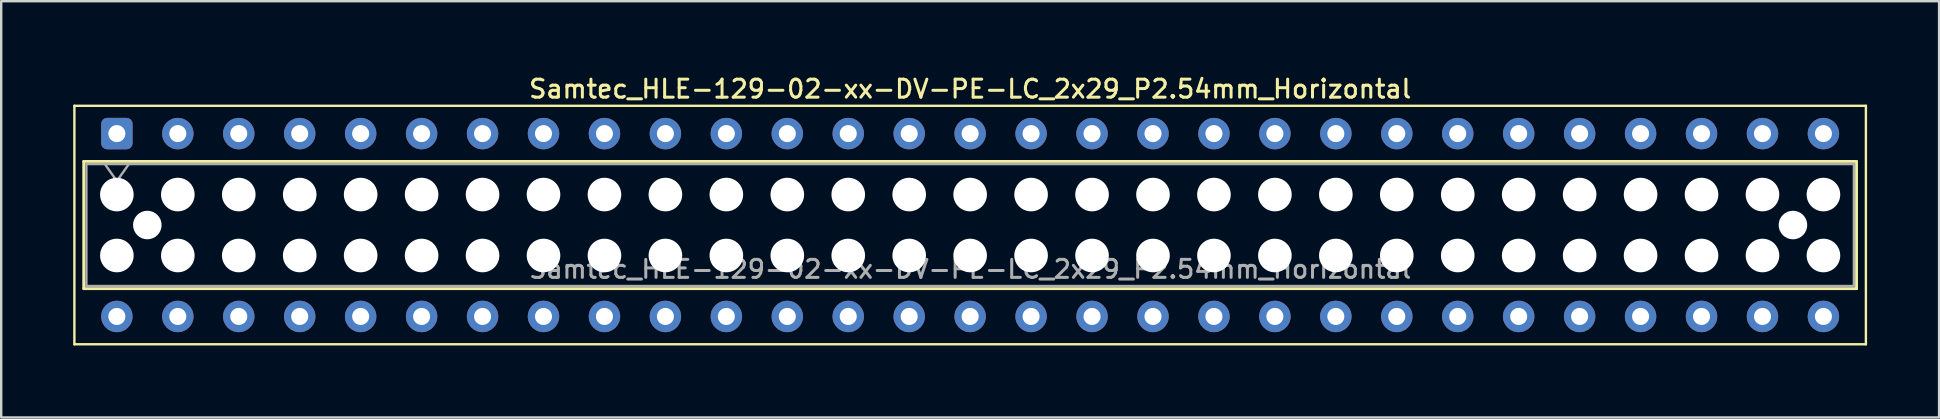
<source format=kicad_pcb>
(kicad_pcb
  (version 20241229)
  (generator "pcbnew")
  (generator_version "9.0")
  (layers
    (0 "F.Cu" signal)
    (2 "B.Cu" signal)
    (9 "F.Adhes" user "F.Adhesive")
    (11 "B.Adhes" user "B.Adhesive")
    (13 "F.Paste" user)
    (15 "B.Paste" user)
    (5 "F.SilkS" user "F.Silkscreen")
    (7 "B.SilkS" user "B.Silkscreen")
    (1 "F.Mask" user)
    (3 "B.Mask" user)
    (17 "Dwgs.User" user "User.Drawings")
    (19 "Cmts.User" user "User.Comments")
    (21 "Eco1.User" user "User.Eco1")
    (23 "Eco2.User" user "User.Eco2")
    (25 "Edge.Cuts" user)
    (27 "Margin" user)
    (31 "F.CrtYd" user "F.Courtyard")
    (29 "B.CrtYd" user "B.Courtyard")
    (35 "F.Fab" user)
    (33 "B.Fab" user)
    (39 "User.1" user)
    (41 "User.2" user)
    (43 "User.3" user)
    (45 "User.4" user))
  (footprint "Samtec_HLE-129-02-xx-DV-PE-LC_2x29_P2.54mm_Horizontal"
    (layer "F.Cu")
    (at 1.82 2.518)
    (property "Reference" "Samtec_HLE-129-02-xx-DV-PE-LC_2x29_P2.54mm_Horizontal" (at 35.56 -1.86 0) (layer "F.SilkS") (effects (font (size 0.75 0.75) (thickness 0.125))))
    (attr through_hole)
    (fp_line (start -1.77 -1.16) (end 72.89 -1.16) (stroke (width 0.1) (type solid)) (layer "F.SilkS"))
    (fp_line (start -1.77 8.78) (end -1.77 -1.16) (stroke (width 0.1) (type solid)) (layer "F.SilkS"))
    (fp_line (start -1.38 1.16) (end 72.5 1.16) (stroke (width 0.12) (type solid)) (layer "F.SilkS"))
    (fp_line (start -1.38 6.46) (end -1.38 1.16) (stroke (width 0.12) (type solid)) (layer "F.SilkS"))
    (fp_line (start 72.5 1.16) (end 72.5 6.46) (stroke (width 0.12) (type solid)) (layer "F.SilkS"))
    (fp_line (start 72.5 6.46) (end -1.38 6.46) (stroke (width 0.12) (type solid)) (layer "F.SilkS"))
    (fp_line (start 72.89 -1.16) (end 72.89 8.78) (stroke (width 0.1) (type solid)) (layer "F.SilkS"))
    (fp_line (start 72.89 8.78) (end -1.77 8.78) (stroke (width 0.1) (type solid)) (layer "F.SilkS"))
    (fp_line (start -1.27 1.27) (end 72.39 1.27) (stroke (width 0.1) (type solid)) (layer "F.Fab"))
    (fp_line (start -1.27 6.35) (end -1.27 1.27) (stroke (width 0.1) (type solid)) (layer "F.Fab"))
    (fp_line (start -0.5 1.27) (end 0 1.977) (stroke (width 0.1) (type solid)) (layer "F.Fab"))
    (fp_line (start 0 1.977) (end 0.5 1.27) (stroke (width 0.1) (type solid)) (layer "F.Fab"))
    (fp_line (start 72.39 1.27) (end 72.39 6.35) (stroke (width 0.1) (type solid)) (layer "F.Fab"))
    (fp_line (start 72.39 6.35) (end -1.27 6.35) (stroke (width 0.1) (type solid)) (layer "F.Fab"))
    (fp_text user "${REFERENCE}" (at 35.56 5.65 0) (layer "F.Fab") (effects (font (size 0.75 0.75) (thickness 0.125))))
    (pad "" np_thru_hole circle (at 0 2.54) (size 1.4 1.4) (drill 1.4) (layers "*.Cu" "*.Mask"))
    (pad "" np_thru_hole circle (at 0 5.08) (size 1.4 1.4) (drill 1.4) (layers "*.Cu" "*.Mask"))
    (pad "" np_thru_hole circle (at 1.27 3.81) (size 1.19 1.19) (drill 1.19) (layers "*.Cu" "*.Mask"))
    (pad "" np_thru_hole circle (at 2.54 2.54) (size 1.4 1.4) (drill 1.4) (layers "*.Cu" "*.Mask"))
    (pad "" np_thru_hole circle (at 2.54 5.08) (size 1.4 1.4) (drill 1.4) (layers "*.Cu" "*.Mask"))
    (pad "" np_thru_hole circle (at 5.08 2.54) (size 1.4 1.4) (drill 1.4) (layers "*.Cu" "*.Mask"))
    (pad "" np_thru_hole circle (at 5.08 5.08) (size 1.4 1.4) (drill 1.4) (layers "*.Cu" "*.Mask"))
    (pad "" np_thru_hole circle (at 7.62 2.54) (size 1.4 1.4) (drill 1.4) (layers "*.Cu" "*.Mask"))
    (pad "" np_thru_hole circle (at 7.62 5.08) (size 1.4 1.4) (drill 1.4) (layers "*.Cu" "*.Mask"))
    (pad "" np_thru_hole circle (at 10.16 2.54) (size 1.4 1.4) (drill 1.4) (layers "*.Cu" "*.Mask"))
    (pad "" np_thru_hole circle (at 10.16 5.08) (size 1.4 1.4) (drill 1.4) (layers "*.Cu" "*.Mask"))
    (pad "" np_thru_hole circle (at 12.7 2.54) (size 1.4 1.4) (drill 1.4) (layers "*.Cu" "*.Mask"))
    (pad "" np_thru_hole circle (at 12.7 5.08) (size 1.4 1.4) (drill 1.4) (layers "*.Cu" "*.Mask"))
    (pad "" np_thru_hole circle (at 15.24 2.54) (size 1.4 1.4) (drill 1.4) (layers "*.Cu" "*.Mask"))
    (pad "" np_thru_hole circle (at 15.24 5.08) (size 1.4 1.4) (drill 1.4) (layers "*.Cu" "*.Mask"))
    (pad "" np_thru_hole circle (at 17.78 2.54) (size 1.4 1.4) (drill 1.4) (layers "*.Cu" "*.Mask"))
    (pad "" np_thru_hole circle (at 17.78 5.08) (size 1.4 1.4) (drill 1.4) (layers "*.Cu" "*.Mask"))
    (pad "" np_thru_hole circle (at 20.32 2.54) (size 1.4 1.4) (drill 1.4) (layers "*.Cu" "*.Mask"))
    (pad "" np_thru_hole circle (at 20.32 5.08) (size 1.4 1.4) (drill 1.4) (layers "*.Cu" "*.Mask"))
    (pad "" np_thru_hole circle (at 22.86 2.54) (size 1.4 1.4) (drill 1.4) (layers "*.Cu" "*.Mask"))
    (pad "" np_thru_hole circle (at 22.86 5.08) (size 1.4 1.4) (drill 1.4) (layers "*.Cu" "*.Mask"))
    (pad "" np_thru_hole circle (at 25.4 2.54) (size 1.4 1.4) (drill 1.4) (layers "*.Cu" "*.Mask"))
    (pad "" np_thru_hole circle (at 25.4 5.08) (size 1.4 1.4) (drill 1.4) (layers "*.Cu" "*.Mask"))
    (pad "" np_thru_hole circle (at 27.94 2.54) (size 1.4 1.4) (drill 1.4) (layers "*.Cu" "*.Mask"))
    (pad "" np_thru_hole circle (at 27.94 5.08) (size 1.4 1.4) (drill 1.4) (layers "*.Cu" "*.Mask"))
    (pad "" np_thru_hole circle (at 30.48 2.54) (size 1.4 1.4) (drill 1.4) (layers "*.Cu" "*.Mask"))
    (pad "" np_thru_hole circle (at 30.48 5.08) (size 1.4 1.4) (drill 1.4) (layers "*.Cu" "*.Mask"))
    (pad "" np_thru_hole circle (at 33.02 2.54) (size 1.4 1.4) (drill 1.4) (layers "*.Cu" "*.Mask"))
    (pad "" np_thru_hole circle (at 33.02 5.08) (size 1.4 1.4) (drill 1.4) (layers "*.Cu" "*.Mask"))
    (pad "" np_thru_hole circle (at 35.56 2.54) (size 1.4 1.4) (drill 1.4) (layers "*.Cu" "*.Mask"))
    (pad "" np_thru_hole circle (at 35.56 5.08) (size 1.4 1.4) (drill 1.4) (layers "*.Cu" "*.Mask"))
    (pad "" np_thru_hole circle (at 38.1 2.54) (size 1.4 1.4) (drill 1.4) (layers "*.Cu" "*.Mask"))
    (pad "" np_thru_hole circle (at 38.1 5.08) (size 1.4 1.4) (drill 1.4) (layers "*.Cu" "*.Mask"))
    (pad "" np_thru_hole circle (at 40.64 2.54) (size 1.4 1.4) (drill 1.4) (layers "*.Cu" "*.Mask"))
    (pad "" np_thru_hole circle (at 40.64 5.08) (size 1.4 1.4) (drill 1.4) (layers "*.Cu" "*.Mask"))
    (pad "" np_thru_hole circle (at 43.18 2.54) (size 1.4 1.4) (drill 1.4) (layers "*.Cu" "*.Mask"))
    (pad "" np_thru_hole circle (at 43.18 5.08) (size 1.4 1.4) (drill 1.4) (layers "*.Cu" "*.Mask"))
    (pad "" np_thru_hole circle (at 45.72 2.54) (size 1.4 1.4) (drill 1.4) (layers "*.Cu" "*.Mask"))
    (pad "" np_thru_hole circle (at 45.72 5.08) (size 1.4 1.4) (drill 1.4) (layers "*.Cu" "*.Mask"))
    (pad "" np_thru_hole circle (at 48.26 2.54) (size 1.4 1.4) (drill 1.4) (layers "*.Cu" "*.Mask"))
    (pad "" np_thru_hole circle (at 48.26 5.08) (size 1.4 1.4) (drill 1.4) (layers "*.Cu" "*.Mask"))
    (pad "" np_thru_hole circle (at 50.8 2.54) (size 1.4 1.4) (drill 1.4) (layers "*.Cu" "*.Mask"))
    (pad "" np_thru_hole circle (at 50.8 5.08) (size 1.4 1.4) (drill 1.4) (layers "*.Cu" "*.Mask"))
    (pad "" np_thru_hole circle (at 53.34 2.54) (size 1.4 1.4) (drill 1.4) (layers "*.Cu" "*.Mask"))
    (pad "" np_thru_hole circle (at 53.34 5.08) (size 1.4 1.4) (drill 1.4) (layers "*.Cu" "*.Mask"))
    (pad "" np_thru_hole circle (at 55.88 2.54) (size 1.4 1.4) (drill 1.4) (layers "*.Cu" "*.Mask"))
    (pad "" np_thru_hole circle (at 55.88 5.08) (size 1.4 1.4) (drill 1.4) (layers "*.Cu" "*.Mask"))
    (pad "" np_thru_hole circle (at 58.42 2.54) (size 1.4 1.4) (drill 1.4) (layers "*.Cu" "*.Mask"))
    (pad "" np_thru_hole circle (at 58.42 5.08) (size 1.4 1.4) (drill 1.4) (layers "*.Cu" "*.Mask"))
    (pad "" np_thru_hole circle (at 60.96 2.54) (size 1.4 1.4) (drill 1.4) (layers "*.Cu" "*.Mask"))
    (pad "" np_thru_hole circle (at 60.96 5.08) (size 1.4 1.4) (drill 1.4) (layers "*.Cu" "*.Mask"))
    (pad "" np_thru_hole circle (at 63.5 2.54) (size 1.4 1.4) (drill 1.4) (layers "*.Cu" "*.Mask"))
    (pad "" np_thru_hole circle (at 63.5 5.08) (size 1.4 1.4) (drill 1.4) (layers "*.Cu" "*.Mask"))
    (pad "" np_thru_hole circle (at 66.04 2.54) (size 1.4 1.4) (drill 1.4) (layers "*.Cu" "*.Mask"))
    (pad "" np_thru_hole circle (at 66.04 5.08) (size 1.4 1.4) (drill 1.4) (layers "*.Cu" "*.Mask"))
    (pad "" np_thru_hole circle (at 68.58 2.54) (size 1.4 1.4) (drill 1.4) (layers "*.Cu" "*.Mask"))
    (pad "" np_thru_hole circle (at 68.58 5.08) (size 1.4 1.4) (drill 1.4) (layers "*.Cu" "*.Mask"))
    (pad "" np_thru_hole circle (at 69.85 3.81) (size 1.19 1.19) (drill 1.19) (layers "*.Cu" "*.Mask"))
    (pad "" np_thru_hole circle (at 71.12 2.54) (size 1.4 1.4) (drill 1.4) (layers "*.Cu" "*.Mask"))
    (pad "" np_thru_hole circle (at 71.12 5.08) (size 1.4 1.4) (drill 1.4) (layers "*.Cu" "*.Mask"))
    (pad "1" thru_hole roundrect (at 0 0) (size 1.31 1.31) (drill 0.71) (layers "*.Cu" "*.Mask") (roundrect_rratio 0.191))
    (pad "2" thru_hole circle (at 0 7.62) (size 1.31 1.31) (drill 0.71) (layers "*.Cu" "*.Mask"))
    (pad "3" thru_hole circle (at 2.54 0) (size 1.31 1.31) (drill 0.71) (layers "*.Cu" "*.Mask"))
    (pad "4" thru_hole circle (at 2.54 7.62) (size 1.31 1.31) (drill 0.71) (layers "*.Cu" "*.Mask"))
    (pad "5" thru_hole circle (at 5.08 0) (size 1.31 1.31) (drill 0.71) (layers "*.Cu" "*.Mask"))
    (pad "6" thru_hole circle (at 5.08 7.62) (size 1.31 1.31) (drill 0.71) (layers "*.Cu" "*.Mask"))
    (pad "7" thru_hole circle (at 7.62 0) (size 1.31 1.31) (drill 0.71) (layers "*.Cu" "*.Mask"))
    (pad "8" thru_hole circle (at 7.62 7.62) (size 1.31 1.31) (drill 0.71) (layers "*.Cu" "*.Mask"))
    (pad "9" thru_hole circle (at 10.16 0) (size 1.31 1.31) (drill 0.71) (layers "*.Cu" "*.Mask"))
    (pad "10" thru_hole circle (at 10.16 7.62) (size 1.31 1.31) (drill 0.71) (layers "*.Cu" "*.Mask"))
    (pad "11" thru_hole circle (at 12.7 0) (size 1.31 1.31) (drill 0.71) (layers "*.Cu" "*.Mask"))
    (pad "12" thru_hole circle (at 12.7 7.62) (size 1.31 1.31) (drill 0.71) (layers "*.Cu" "*.Mask"))
    (pad "13" thru_hole circle (at 15.24 0) (size 1.31 1.31) (drill 0.71) (layers "*.Cu" "*.Mask"))
    (pad "14" thru_hole circle (at 15.24 7.62) (size 1.31 1.31) (drill 0.71) (layers "*.Cu" "*.Mask"))
    (pad "15" thru_hole circle (at 17.78 0) (size 1.31 1.31) (drill 0.71) (layers "*.Cu" "*.Mask"))
    (pad "16" thru_hole circle (at 17.78 7.62) (size 1.31 1.31) (drill 0.71) (layers "*.Cu" "*.Mask"))
    (pad "17" thru_hole circle (at 20.32 0) (size 1.31 1.31) (drill 0.71) (layers "*.Cu" "*.Mask"))
    (pad "18" thru_hole circle (at 20.32 7.62) (size 1.31 1.31) (drill 0.71) (layers "*.Cu" "*.Mask"))
    (pad "19" thru_hole circle (at 22.86 0) (size 1.31 1.31) (drill 0.71) (layers "*.Cu" "*.Mask"))
    (pad "20" thru_hole circle (at 22.86 7.62) (size 1.31 1.31) (drill 0.71) (layers "*.Cu" "*.Mask"))
    (pad "21" thru_hole circle (at 25.4 0) (size 1.31 1.31) (drill 0.71) (layers "*.Cu" "*.Mask"))
    (pad "22" thru_hole circle (at 25.4 7.62) (size 1.31 1.31) (drill 0.71) (layers "*.Cu" "*.Mask"))
    (pad "23" thru_hole circle (at 27.94 0) (size 1.31 1.31) (drill 0.71) (layers "*.Cu" "*.Mask"))
    (pad "24" thru_hole circle (at 27.94 7.62) (size 1.31 1.31) (drill 0.71) (layers "*.Cu" "*.Mask"))
    (pad "25" thru_hole circle (at 30.48 0) (size 1.31 1.31) (drill 0.71) (layers "*.Cu" "*.Mask"))
    (pad "26" thru_hole circle (at 30.48 7.62) (size 1.31 1.31) (drill 0.71) (layers "*.Cu" "*.Mask"))
    (pad "27" thru_hole circle (at 33.02 0) (size 1.31 1.31) (drill 0.71) (layers "*.Cu" "*.Mask"))
    (pad "28" thru_hole circle (at 33.02 7.62) (size 1.31 1.31) (drill 0.71) (layers "*.Cu" "*.Mask"))
    (pad "29" thru_hole circle (at 35.56 0) (size 1.31 1.31) (drill 0.71) (layers "*.Cu" "*.Mask"))
    (pad "30" thru_hole circle (at 35.56 7.62) (size 1.31 1.31) (drill 0.71) (layers "*.Cu" "*.Mask"))
    (pad "31" thru_hole circle (at 38.1 0) (size 1.31 1.31) (drill 0.71) (layers "*.Cu" "*.Mask"))
    (pad "32" thru_hole circle (at 38.1 7.62) (size 1.31 1.31) (drill 0.71) (layers "*.Cu" "*.Mask"))
    (pad "33" thru_hole circle (at 40.64 0) (size 1.31 1.31) (drill 0.71) (layers "*.Cu" "*.Mask"))
    (pad "34" thru_hole circle (at 40.64 7.62) (size 1.31 1.31) (drill 0.71) (layers "*.Cu" "*.Mask"))
    (pad "35" thru_hole circle (at 43.18 0) (size 1.31 1.31) (drill 0.71) (layers "*.Cu" "*.Mask"))
    (pad "36" thru_hole circle (at 43.18 7.62) (size 1.31 1.31) (drill 0.71) (layers "*.Cu" "*.Mask"))
    (pad "37" thru_hole circle (at 45.72 0) (size 1.31 1.31) (drill 0.71) (layers "*.Cu" "*.Mask"))
    (pad "38" thru_hole circle (at 45.72 7.62) (size 1.31 1.31) (drill 0.71) (layers "*.Cu" "*.Mask"))
    (pad "39" thru_hole circle (at 48.26 0) (size 1.31 1.31) (drill 0.71) (layers "*.Cu" "*.Mask"))
    (pad "40" thru_hole circle (at 48.26 7.62) (size 1.31 1.31) (drill 0.71) (layers "*.Cu" "*.Mask"))
    (pad "41" thru_hole circle (at 50.8 0) (size 1.31 1.31) (drill 0.71) (layers "*.Cu" "*.Mask"))
    (pad "42" thru_hole circle (at 50.8 7.62) (size 1.31 1.31) (drill 0.71) (layers "*.Cu" "*.Mask"))
    (pad "43" thru_hole circle (at 53.34 0) (size 1.31 1.31) (drill 0.71) (layers "*.Cu" "*.Mask"))
    (pad "44" thru_hole circle (at 53.34 7.62) (size 1.31 1.31) (drill 0.71) (layers "*.Cu" "*.Mask"))
    (pad "45" thru_hole circle (at 55.88 0) (size 1.31 1.31) (drill 0.71) (layers "*.Cu" "*.Mask"))
    (pad "46" thru_hole circle (at 55.88 7.62) (size 1.31 1.31) (drill 0.71) (layers "*.Cu" "*.Mask"))
    (pad "47" thru_hole circle (at 58.42 0) (size 1.31 1.31) (drill 0.71) (layers "*.Cu" "*.Mask"))
    (pad "48" thru_hole circle (at 58.42 7.62) (size 1.31 1.31) (drill 0.71) (layers "*.Cu" "*.Mask"))
    (pad "49" thru_hole circle (at 60.96 0) (size 1.31 1.31) (drill 0.71) (layers "*.Cu" "*.Mask"))
    (pad "50" thru_hole circle (at 60.96 7.62) (size 1.31 1.31) (drill 0.71) (layers "*.Cu" "*.Mask"))
    (pad "51" thru_hole circle (at 63.5 0) (size 1.31 1.31) (drill 0.71) (layers "*.Cu" "*.Mask"))
    (pad "52" thru_hole circle (at 63.5 7.62) (size 1.31 1.31) (drill 0.71) (layers "*.Cu" "*.Mask"))
    (pad "53" thru_hole circle (at 66.04 0) (size 1.31 1.31) (drill 0.71) (layers "*.Cu" "*.Mask"))
    (pad "54" thru_hole circle (at 66.04 7.62) (size 1.31 1.31) (drill 0.71) (layers "*.Cu" "*.Mask"))
    (pad "55" thru_hole circle (at 68.58 0) (size 1.31 1.31) (drill 0.71) (layers "*.Cu" "*.Mask"))
    (pad "56" thru_hole circle (at 68.58 7.62) (size 1.31 1.31) (drill 0.71) (layers "*.Cu" "*.Mask"))
    (pad "57" thru_hole circle (at 71.12 0) (size 1.31 1.31) (drill 0.71) (layers "*.Cu" "*.Mask"))
    (pad "58" thru_hole circle (at 71.12 7.62) (size 1.31 1.31) (drill 0.71) (layers "*.Cu" "*.Mask")))
  (gr_rect
    (start -3 -3)
    (end 77.76 14.348)
    (stroke (width 0.1) (type default))
    (fill no)
    (layer "Edge.Cuts")))
</source>
